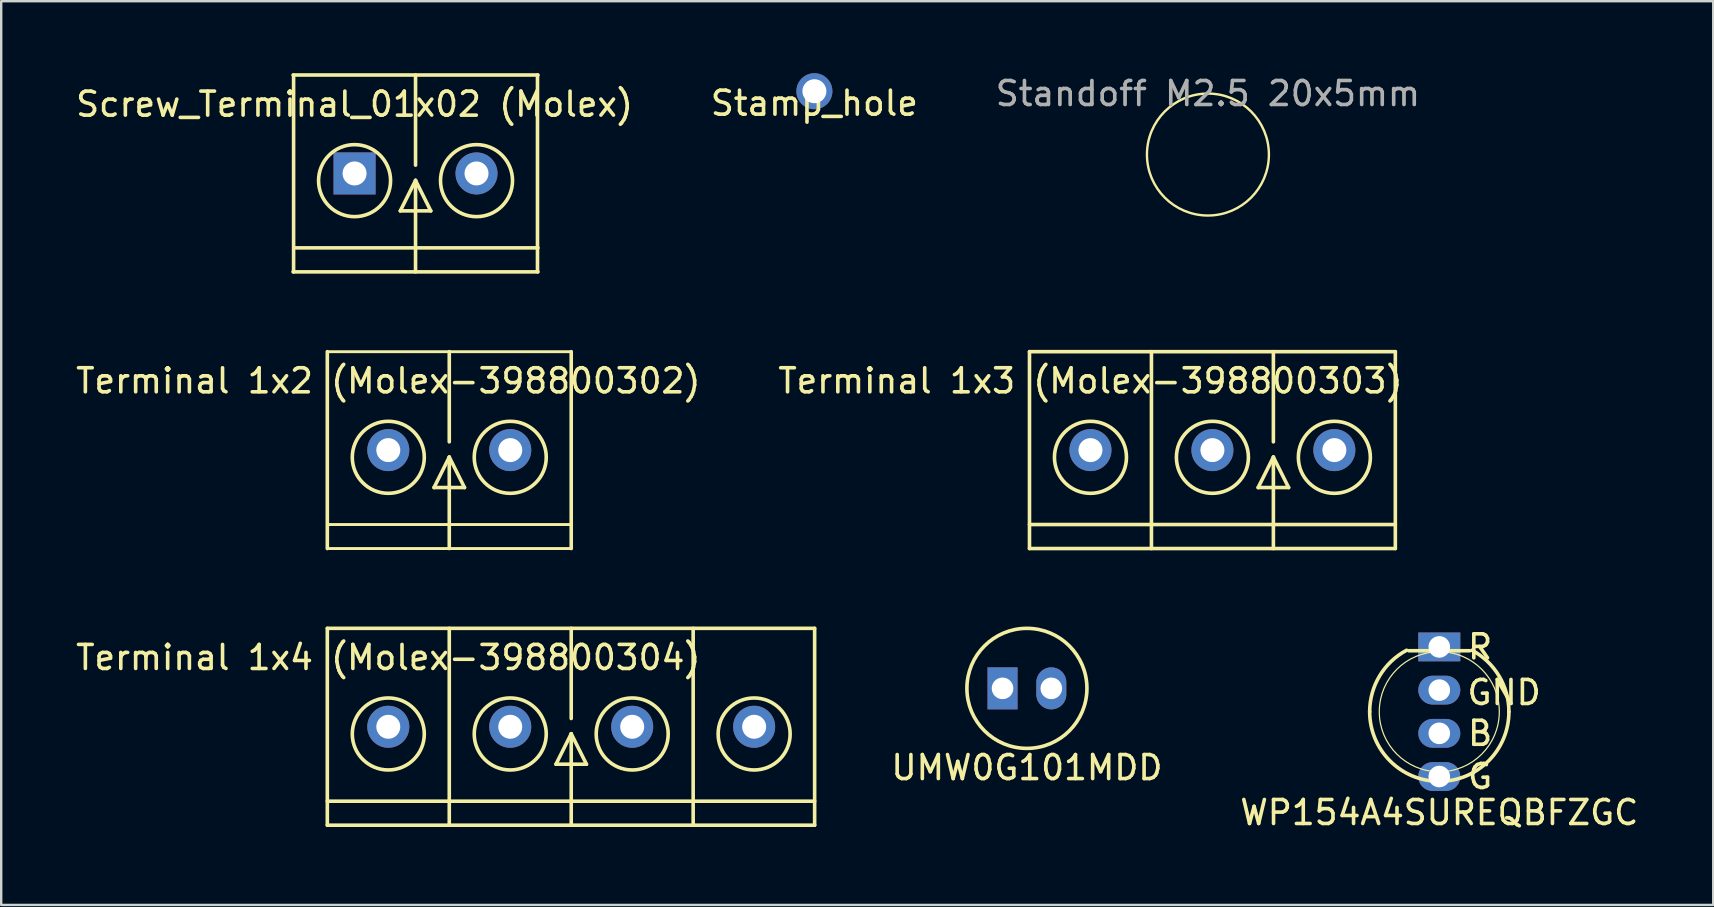
<source format=kicad_pcb>
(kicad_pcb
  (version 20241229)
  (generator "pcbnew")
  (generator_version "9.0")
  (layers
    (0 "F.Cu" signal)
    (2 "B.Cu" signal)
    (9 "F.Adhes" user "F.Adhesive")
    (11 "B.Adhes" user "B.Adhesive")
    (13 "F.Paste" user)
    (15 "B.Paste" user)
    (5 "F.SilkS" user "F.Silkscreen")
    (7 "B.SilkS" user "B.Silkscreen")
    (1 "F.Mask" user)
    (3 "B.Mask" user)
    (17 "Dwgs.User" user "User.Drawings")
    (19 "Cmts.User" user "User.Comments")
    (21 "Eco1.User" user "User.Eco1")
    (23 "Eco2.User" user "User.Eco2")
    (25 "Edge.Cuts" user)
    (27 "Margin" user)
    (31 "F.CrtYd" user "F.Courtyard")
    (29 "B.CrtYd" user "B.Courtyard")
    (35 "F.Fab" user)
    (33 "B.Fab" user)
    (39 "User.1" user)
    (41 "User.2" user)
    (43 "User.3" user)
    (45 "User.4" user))
  (footprint "Stamp_hole"
    (layer "F.Cu")
    (at 30.875 0.75)
    (property "Reference" "Stamp_hole" (at 0 0.5 0) (layer "F.SilkS") (effects (font (size 1 1) (thickness 0.15))))
    (attr through_hole)
    (pad "" np_thru_hole circle (at 0 0) (size 1.5 1.5) (drill 1) (layers "*.Cu")))
  (footprint "Standoff M2.5 20x5mm"
    (layer "F.Cu")
    (at 47.268 3.388)
    (property "Reference" "Standoff M2.5 20x5mm" (at 0 -2.54 0) (unlocked yes) (layer "F.SilkS") (effects (font (size 1 1) (thickness 0.1))))
    (fp_circle (center 0 0) (end 2.54 0) (stroke (width 0.1) (type default)) (fill no) (layer "F.SilkS"))
    (fp_circle (center 0 0) (end 1.27 0) (stroke (width 0.1) (type default)) (fill no) (layer "Margin"))
    (fp_text user "${REFERENCE}" (at 0 -2.54 0) (unlocked yes) (layer "F.Fab") (effects (font (size 1 1) (thickness 0.15)))))
  (footprint "Terminal 1x4 (Molex-398800304)"
    (layer "F.Cu")
    (at 10.585 31.325)
    (property "Reference" "Terminal 1x4 (Molex-398800304)" (at 2.54 -6.985 0) (layer "F.SilkS") (effects (font (size 1 1) (thickness 0.15))))
    (attr through_hole)
    (fp_line (start 0 -8.2) (end 20.3 -8.2) (stroke (width 0.15) (type solid)) (layer "F.SilkS"))
    (fp_line (start 0 -1) (end 20.3 -1) (stroke (width 0.15) (type solid)) (layer "F.SilkS"))
    (fp_line (start 0 0) (end 0 -8.2) (stroke (width 0.15) (type solid)) (layer "F.SilkS"))
    (fp_line (start 5.08 0) (end 5.08 -8.2) (stroke (width 0.15) (type solid)) (layer "F.SilkS"))
    (fp_line (start 9.525 -2.54) (end 10.795 -2.54) (stroke (width 0.15) (type solid)) (layer "F.SilkS"))
    (fp_line (start 10.16 -4.445) (end 10.16 -8.2) (stroke (width 0.15) (type solid)) (layer "F.SilkS"))
    (fp_line (start 10.16 -3.81) (end 9.525 -2.54) (stroke (width 0.15) (type solid)) (layer "F.SilkS"))
    (fp_line (start 10.16 0) (end 10.16 -3.81) (stroke (width 0.15) (type solid)) (layer "F.SilkS"))
    (fp_line (start 10.795 -2.54) (end 10.16 -3.81) (stroke (width 0.15) (type solid)) (layer "F.SilkS"))
    (fp_line (start 15.24 0) (end 15.24 -8.2) (stroke (width 0.15) (type solid)) (layer "F.SilkS"))
    (fp_line (start 20.3 -8.2) (end 20.3 0) (stroke (width 0.15) (type solid)) (layer "F.SilkS"))
    (fp_line (start 20.3 0) (end 0 0) (stroke (width 0.15) (type solid)) (layer "F.SilkS"))
    (fp_circle (center 2.54 -3.8) (end 4.04 -3.8) (stroke (width 0.15) (type solid)) (fill no) (layer "F.SilkS"))
    (fp_circle (center 7.62 -3.8) (end 9.12 -3.8) (stroke (width 0.15) (type solid)) (fill no) (layer "F.SilkS"))
    (fp_circle (center 12.7 -3.8) (end 14.2 -3.8) (stroke (width 0.15) (type solid)) (fill no) (layer "F.SilkS"))
    (fp_circle (center 17.78 -3.8) (end 19.28 -3.8) (stroke (width 0.15) (type solid)) (fill no) (layer "F.SilkS"))
    (pad "1" thru_hole circle (at 2.54 -4.1) (size 1.75 1.75) (drill 1) (layers "*.Cu" "*.Mask"))
    (pad "2" thru_hole circle (at 7.62 -4.1) (size 1.75 1.75) (drill 1) (layers "*.Cu" "*.Mask"))
    (pad "3" thru_hole circle (at 12.7 -4.1) (size 1.75 1.75) (drill 1) (layers "*.Cu" "*.Mask"))
    (pad "4" thru_hole circle (at 17.78 -4.1) (size 1.75 1.75) (drill 1) (layers "*.Cu" "*.Mask")))
  (footprint "UMW0G101MDD"
    (layer "F.Cu")
    (at 39.728 25.625)
    (property "Reference" "UMW0G101MDD" (at 0 3.302 0) (layer "F.SilkS") (effects (font (size 1 1) (thickness 0.15))))
    (attr through_hole)
    (fp_circle (center 0 0) (end 2.5 0) (stroke (width 0.15) (type solid)) (fill no) (layer "F.SilkS"))
    (pad "1" thru_hole rect (at -1.016 0) (size 1.25 1.75) (drill 0.9) (layers "*.Cu" "*.Mask"))
    (pad "2" thru_hole oval (at 1.016 0) (size 1.25 1.75) (drill 0.9) (layers "*.Cu" "*.Mask")))
  (footprint "Screw_Terminal_01x02 (Molex)"
    (layer "F.Cu")
    (at 14.26 8.275)
    (property "Reference" "Screw_Terminal_01x02 (Molex)" (at -2.54 -6.985 0) (layer "F.SilkS") (effects (font (size 1 1) (thickness 0.15))))
    (attr through_hole)
    (fp_line (start -5.1 -8.2) (end 5.1 -8.2) (stroke (width 0.15) (type solid)) (layer "F.SilkS"))
    (fp_line (start -5.08 0) (end -5.08 -8.2) (stroke (width 0.15) (type solid)) (layer "F.SilkS"))
    (fp_line (start -5 -1) (end 5.1 -1) (stroke (width 0.15) (type solid)) (layer "F.SilkS"))
    (fp_line (start -0.635 -2.54) (end 0.635 -2.54) (stroke (width 0.15) (type solid)) (layer "F.SilkS"))
    (fp_line (start 0 -4.445) (end 0 -8.2) (stroke (width 0.15) (type solid)) (layer "F.SilkS"))
    (fp_line (start 0 -3.81) (end -0.635 -2.54) (stroke (width 0.15) (type solid)) (layer "F.SilkS"))
    (fp_line (start 0 0) (end 0 -3.81) (stroke (width 0.15) (type solid)) (layer "F.SilkS"))
    (fp_line (start 0.635 -2.54) (end 0 -3.81) (stroke (width 0.15) (type solid)) (layer "F.SilkS"))
    (fp_line (start 5.08 0) (end 5.08 -8.2) (stroke (width 0.15) (type solid)) (layer "F.SilkS"))
    (fp_line (start 5.1 0) (end -5.1 0) (stroke (width 0.15) (type solid)) (layer "F.SilkS"))
    (fp_circle (center -2.54 -3.8) (end -1.04 -3.8) (stroke (width 0.15) (type solid)) (fill no) (layer "F.SilkS"))
    (fp_circle (center 2.54 -3.8) (end 4.04 -3.8) (stroke (width 0.15) (type solid)) (fill no) (layer "F.SilkS"))
    (pad "1" thru_hole rect (at -2.54 -4.1) (size 1.75 1.75) (drill 1) (layers "*.Cu" "*.Mask"))
    (pad "2" thru_hole circle (at 2.54 -4.1) (size 1.75 1.75) (drill 1) (layers "*.Cu" "*.Mask")))
  (footprint "Terminal 1x2 (Molex-398800302)"
    (layer "F.Cu")
    (at 10.585 19.8)
    (property "Reference" "Terminal 1x2 (Molex-398800302)" (at 2.54 -6.985 0) (layer "F.SilkS") (effects (font (size 1 1) (thickness 0.15))))
    (attr through_hole)
    (fp_line (start 0 -8.2) (end 10.16 -8.2) (stroke (width 0.12) (type solid)) (layer "F.SilkS"))
    (fp_line (start 0 -1) (end 10.16 -1) (stroke (width 0.12) (type solid)) (layer "F.SilkS"))
    (fp_line (start 0 0) (end 0 -8.2) (stroke (width 0.15) (type solid)) (layer "F.SilkS"))
    (fp_line (start 0 0) (end 10.16 0) (stroke (width 0.12) (type solid)) (layer "F.SilkS"))
    (fp_line (start 4.445 -2.54) (end 5.715 -2.54) (stroke (width 0.15) (type solid)) (layer "F.SilkS"))
    (fp_line (start 5.08 -4.445) (end 5.08 -8.2) (stroke (width 0.15) (type solid)) (layer "F.SilkS"))
    (fp_line (start 5.08 -3.81) (end 4.445 -2.54) (stroke (width 0.15) (type solid)) (layer "F.SilkS"))
    (fp_line (start 5.08 0) (end 5.08 -3.81) (stroke (width 0.15) (type solid)) (layer "F.SilkS"))
    (fp_line (start 5.715 -2.54) (end 5.08 -3.81) (stroke (width 0.15) (type solid)) (layer "F.SilkS"))
    (fp_line (start 10.16 0) (end 10.16 -8.2) (stroke (width 0.15) (type solid)) (layer "F.SilkS"))
    (fp_circle (center 2.54 -3.8) (end 4.04 -3.8) (stroke (width 0.15) (type solid)) (fill no) (layer "F.SilkS"))
    (fp_circle (center 7.62 -3.8) (end 9.12 -3.8) (stroke (width 0.15) (type solid)) (fill no) (layer "F.SilkS"))
    (pad "1" thru_hole circle (at 2.54 -4.1) (size 1.75 1.75) (drill 1) (layers "*.Cu" "*.Mask"))
    (pad "2" thru_hole circle (at 7.62 -4.1) (size 1.75 1.75) (drill 1) (layers "*.Cu" "*.Mask")))
  (footprint "Terminal 1x3 (Molex-398800303)"
    (layer "F.Cu")
    (at 39.835 19.8)
    (property "Reference" "Terminal 1x3 (Molex-398800303)" (at 2.54 -6.985 0) (layer "F.SilkS") (effects (font (size 1 1) (thickness 0.15))))
    (attr through_hole)
    (fp_line (start 0 -8.2) (end 15.24 -8.2) (stroke (width 0.15) (type solid)) (layer "F.SilkS"))
    (fp_line (start 0 -1) (end 15.24 -1) (stroke (width 0.15) (type solid)) (layer "F.SilkS"))
    (fp_line (start 0 0) (end 0 -8.2) (stroke (width 0.15) (type solid)) (layer "F.SilkS"))
    (fp_line (start 5.08 0) (end 5.08 -8.2) (stroke (width 0.15) (type solid)) (layer "F.SilkS"))
    (fp_line (start 9.525 -2.54) (end 10.795 -2.54) (stroke (width 0.15) (type solid)) (layer "F.SilkS"))
    (fp_line (start 10.16 -4.445) (end 10.16 -8.2) (stroke (width 0.15) (type solid)) (layer "F.SilkS"))
    (fp_line (start 10.16 -3.81) (end 9.525 -2.54) (stroke (width 0.15) (type solid)) (layer "F.SilkS"))
    (fp_line (start 10.16 0) (end 10.16 -3.81) (stroke (width 0.15) (type solid)) (layer "F.SilkS"))
    (fp_line (start 10.795 -2.54) (end 10.16 -3.81) (stroke (width 0.15) (type solid)) (layer "F.SilkS"))
    (fp_line (start 15.24 0) (end 0 0) (stroke (width 0.15) (type solid)) (layer "F.SilkS"))
    (fp_line (start 15.24 0) (end 15.24 -8.2) (stroke (width 0.15) (type solid)) (layer "F.SilkS"))
    (fp_circle (center 2.54 -3.8) (end 4.04 -3.8) (stroke (width 0.15) (type solid)) (fill no) (layer "F.SilkS"))
    (fp_circle (center 7.62 -3.8) (end 9.12 -3.8) (stroke (width 0.15) (type solid)) (fill no) (layer "F.SilkS"))
    (fp_circle (center 12.7 -3.8) (end 14.2 -3.8) (stroke (width 0.15) (type solid)) (fill no) (layer "F.SilkS"))
    (pad "1" thru_hole circle (at 2.54 -4.1) (size 1.75 1.75) (drill 1) (layers "*.Cu" "*.Mask"))
    (pad "2" thru_hole circle (at 7.62 -4.1) (size 1.75 1.75) (drill 1) (layers "*.Cu" "*.Mask"))
    (pad "3" thru_hole circle (at 12.7 -4.1) (size 1.75 1.75) (drill 1) (layers "*.Cu" "*.Mask")))
  (footprint "WP154A4SUREQBFZGC"
    (layer "F.Cu")
    (at 56.906 26.598)
    (property "Reference" "WP154A4SUREQBFZGC" (at 0 4.2 0) (layer "F.SilkS") (effects (font (size 1 1) (thickness 0.15))))
    (attr through_hole)
    (fp_line (start -1.27 -2.54) (end 1.27 -2.54) (stroke (width 0.15) (type solid)) (layer "F.SilkS"))
    (fp_arc (start -2.9 0) (mid -2.485785 -1.49361) (end -1.361468 -2.560548) (stroke (width 0.15) (type solid)) (layer "F.SilkS"))
    (fp_arc (start 0 2.9) (mid -2.05061 2.05061) (end -2.9 0) (stroke (width 0.15) (type solid)) (layer "F.SilkS"))
    (fp_arc (start 1.361468 -2.560548) (mid 2.485785 -1.49361) (end 2.9 0) (stroke (width 0.15) (type solid)) (layer "F.SilkS"))
    (fp_arc (start 2.9 0) (mid 2.05061 2.05061) (end 0 2.9) (stroke (width 0.15) (type solid)) (layer "F.SilkS"))
    (fp_circle (center 0 0) (end 2.5 0) (stroke (width 0.05) (type solid)) (fill no) (layer "F.SilkS"))
    (fp_text user "B" (at 1.7 0.9 0) (layer "F.SilkS") (effects (font (size 1 1) (thickness 0.15))))
    (fp_text user "R" (at 1.7 -2.7 0) (layer "F.SilkS") (effects (font (size 1 1) (thickness 0.15))))
    (fp_text user "GND" (at 2.7 -0.8 0) (layer "F.SilkS") (effects (font (size 1 1) (thickness 0.15))))
    (fp_text user "G" (at 1.7 2.7 0) (layer "F.SilkS") (effects (font (size 1 1) (thickness 0.15))))
    (pad "1" thru_hole rect (at 0 -2.7) (size 1.75 1.2) (drill 0.9) (layers "*.Cu" "*.Mask"))
    (pad "2" thru_hole oval (at 0 -0.9) (size 1.75 1.2) (drill 0.9) (layers "*.Cu" "*.Mask"))
    (pad "3" thru_hole oval (at 0 0.9) (size 1.75 1.2) (drill 0.9) (layers "*.Cu" "*.Mask"))
    (pad "4" thru_hole oval (at 0 2.7) (size 1.75 1.2) (drill 0.9) (layers "*.Cu" "*.Mask")))
  (gr_rect
    (start -3 -3)
    (end 68.317 34.647)
    (stroke (width 0.1) (type default))
    (fill no)
    (layer "Edge.Cuts")))
</source>
